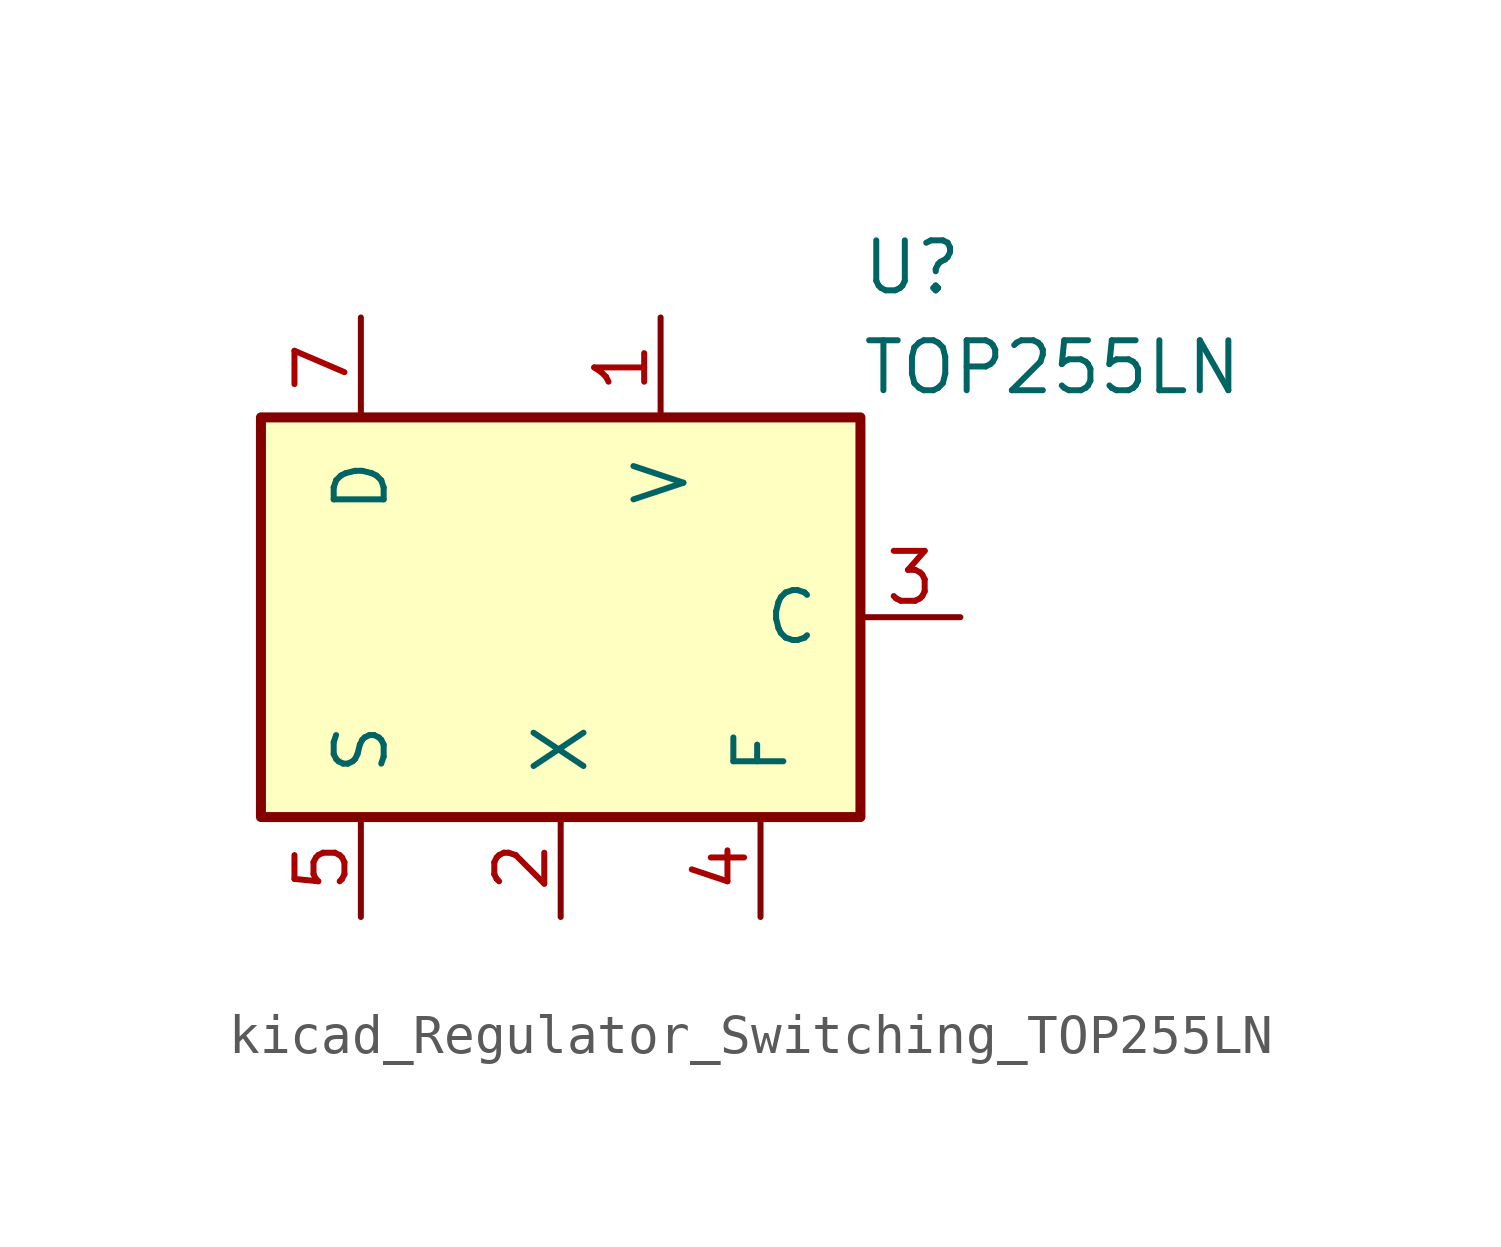
<source format=kicad_sym>
(kicad_symbol_lib
  (version 20220914)
  (generator kicad_symbol_editor)
  (symbol "kicad_Regulator_Switching_TOP255LN"
    (pin_names
      (offset 1.016))
    (property "Reference" "U"
      (at 7.62 8.89 0)
      (effects (font (size 1.27 1.27)) (justify left)))
    (property "Value" "TOP255LN"
      (at 7.62 6.35 0)
      (effects (font (size 1.27 1.27)) (justify left)))
    (symbol "kicad_Regulator_Switching_TOP255LN_0_1"
      (rectangle (start -7.62 5.08) (end 7.62 -5.08) (stroke (width 0.254) (type default)) (fill (type background))))
    (symbol "kicad_Regulator_Switching_TOP255LN_1_1"
      (pin input line (at 2.54 7.62 270) (length 2.54) (name "V" (effects (font (size 1.27 1.27)))) (number "1" (effects (font (size 1.27 1.27)))))
      (pin input line (at 0 -7.62 90) (length 2.54) (name "X" (effects (font (size 1.27 1.27)))) (number "2" (effects (font (size 1.27 1.27)))))
      (pin input line (at 10.16 0 180) (length 2.54) (name "C" (effects (font (size 1.27 1.27)))) (number "3" (effects (font (size 1.27 1.27)))))
      (pin passive line (at 5.08 -7.62 90) (length 2.54) (name "F" (effects (font (size 1.27 1.27)))) (number "4" (effects (font (size 1.27 1.27)))))
      (pin power_in line (at -5.08 -7.62 90) (length 2.54) (name "S" (effects (font (size 1.27 1.27)))) (number "5" (effects (font (size 1.27 1.27)))))
      (pin open_collector line (at -5.08 7.62 270) (length 2.54) (name "D" (effects (font (size 1.27 1.27)))) (number "7" (effects (font (size 1.27 1.27))))))))
</source>
